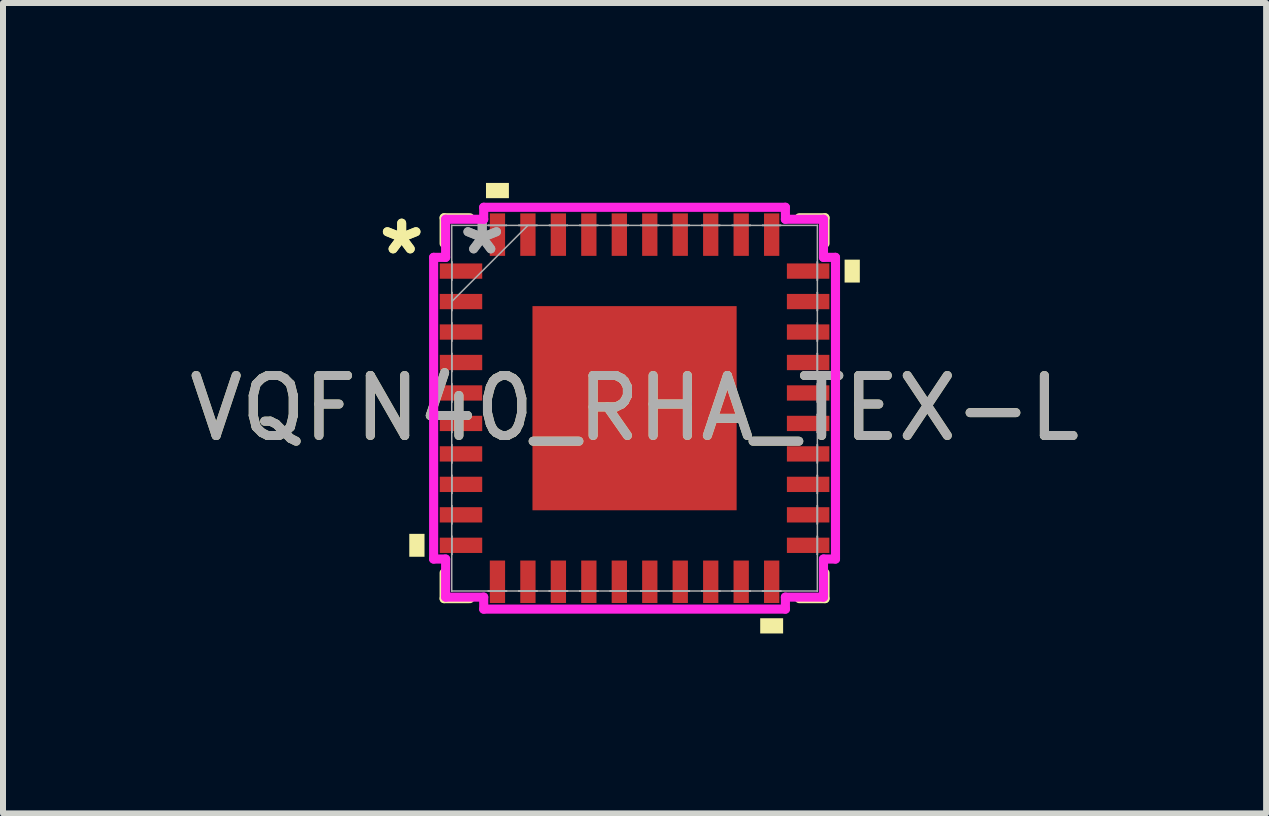
<source format=kicad_pcb>
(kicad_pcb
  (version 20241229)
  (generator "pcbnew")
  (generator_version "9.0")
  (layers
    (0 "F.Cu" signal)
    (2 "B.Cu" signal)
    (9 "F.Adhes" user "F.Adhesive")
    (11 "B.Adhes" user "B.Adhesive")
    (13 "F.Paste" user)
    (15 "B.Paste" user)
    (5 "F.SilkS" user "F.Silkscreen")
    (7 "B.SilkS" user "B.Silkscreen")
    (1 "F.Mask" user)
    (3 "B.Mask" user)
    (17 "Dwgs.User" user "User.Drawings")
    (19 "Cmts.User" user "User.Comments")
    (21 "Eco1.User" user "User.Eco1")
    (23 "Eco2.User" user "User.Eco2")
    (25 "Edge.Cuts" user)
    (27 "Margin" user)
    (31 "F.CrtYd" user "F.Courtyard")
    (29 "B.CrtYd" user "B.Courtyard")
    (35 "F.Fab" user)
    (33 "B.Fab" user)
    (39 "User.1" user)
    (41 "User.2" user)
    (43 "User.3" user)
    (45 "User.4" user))
  (footprint "VQFN40_RHA_TEX-L"
    (layer "F.Cu")
    (at 7.53 3.756)
    (property "Reference" "VQFN40_RHA_TEX-L" (at 0 0 0) (unlocked yes) (layer "F.SilkS") (effects (font (size 1 1) (thickness 0.15))))
    (attr smd)
    (fp_line (start -3.175 -3.175) (end -3.175 -2.746) (stroke (width 0.152) (type solid)) (layer "F.SilkS"))
    (fp_line (start -3.175 2.746) (end -3.175 3.175) (stroke (width 0.152) (type solid)) (layer "F.SilkS"))
    (fp_line (start -3.175 3.175) (end -2.746 3.175) (stroke (width 0.152) (type solid)) (layer "F.SilkS"))
    (fp_line (start -2.746 -3.175) (end -3.175 -3.175) (stroke (width 0.152) (type solid)) (layer "F.SilkS"))
    (fp_line (start 2.746 3.175) (end 3.175 3.175) (stroke (width 0.152) (type solid)) (layer "F.SilkS"))
    (fp_line (start 3.175 -3.175) (end 2.746 -3.175) (stroke (width 0.152) (type solid)) (layer "F.SilkS"))
    (fp_line (start 3.175 -2.746) (end 3.175 -3.175) (stroke (width 0.152) (type solid)) (layer "F.SilkS"))
    (fp_line (start 3.175 3.175) (end 3.175 2.746) (stroke (width 0.152) (type solid)) (layer "F.SilkS"))
    (fp_poly (pts (xy -3.756 2.095) (xy -3.756 2.477) (xy -3.502 2.477) (xy -3.502 2.095)) (stroke (width 0) (type solid)) (fill yes) (layer "F.SilkS"))
    (fp_poly (pts (xy -2.477 -3.502) (xy -2.477 -3.756) (xy -2.095 -3.756) (xy -2.095 -3.502)) (stroke (width 0) (type solid)) (fill yes) (layer "F.SilkS"))
    (fp_poly (pts (xy 2.095 3.502) (xy 2.095 3.756) (xy 2.477 3.756) (xy 2.477 3.502)) (stroke (width 0) (type solid)) (fill yes) (layer "F.SilkS"))
    (fp_poly (pts (xy 3.756 -2.477) (xy 3.756 -2.095) (xy 3.502 -2.095) (xy 3.502 -2.477)) (stroke (width 0) (type solid)) (fill yes) (layer "F.SilkS"))
    (fp_poly (pts (xy -1.602 -1.602) (xy -1.602 -0.1) (xy -0.1 -0.1) (xy -0.1 -1.602)) (stroke (width 0) (type solid)) (fill yes) (layer "F.Paste"))
    (fp_poly (pts (xy -1.602 0.1) (xy -1.602 1.602) (xy -0.1 1.602) (xy -0.1 0.1)) (stroke (width 0) (type solid)) (fill yes) (layer "F.Paste"))
    (fp_poly (pts (xy 0.1 -1.602) (xy 0.1 -0.1) (xy 1.602 -0.1) (xy 1.602 -1.602)) (stroke (width 0) (type solid)) (fill yes) (layer "F.Paste"))
    (fp_poly (pts (xy 0.1 0.1) (xy 0.1 1.602) (xy 1.602 1.602) (xy 1.602 0.1)) (stroke (width 0) (type solid)) (fill yes) (layer "F.Paste"))
    (fp_line (start -3.35 -2.515) (end -3.15 -2.515) (stroke (width 0.152) (type solid)) (layer "F.CrtYd"))
    (fp_line (start -3.35 2.515) (end -3.35 -2.515) (stroke (width 0.152) (type solid)) (layer "F.CrtYd"))
    (fp_line (start -3.15 -3.15) (end -2.515 -3.15) (stroke (width 0.152) (type solid)) (layer "F.CrtYd"))
    (fp_line (start -3.15 -2.515) (end -3.15 -3.15) (stroke (width 0.152) (type solid)) (layer "F.CrtYd"))
    (fp_line (start -3.15 2.515) (end -3.35 2.515) (stroke (width 0.152) (type solid)) (layer "F.CrtYd"))
    (fp_line (start -3.15 3.15) (end -3.15 2.515) (stroke (width 0.152) (type solid)) (layer "F.CrtYd"))
    (fp_line (start -2.515 -3.35) (end 2.515 -3.35) (stroke (width 0.152) (type solid)) (layer "F.CrtYd"))
    (fp_line (start -2.515 -3.15) (end -2.515 -3.35) (stroke (width 0.152) (type solid)) (layer "F.CrtYd"))
    (fp_line (start -2.515 3.15) (end -3.15 3.15) (stroke (width 0.152) (type solid)) (layer "F.CrtYd"))
    (fp_line (start -2.515 3.35) (end -2.515 3.15) (stroke (width 0.152) (type solid)) (layer "F.CrtYd"))
    (fp_line (start 2.515 -3.35) (end 2.515 -3.15) (stroke (width 0.152) (type solid)) (layer "F.CrtYd"))
    (fp_line (start 2.515 -3.15) (end 3.15 -3.15) (stroke (width 0.152) (type solid)) (layer "F.CrtYd"))
    (fp_line (start 2.515 3.15) (end 2.515 3.35) (stroke (width 0.152) (type solid)) (layer "F.CrtYd"))
    (fp_line (start 2.515 3.35) (end -2.515 3.35) (stroke (width 0.152) (type solid)) (layer "F.CrtYd"))
    (fp_line (start 3.15 -3.15) (end 3.15 -2.515) (stroke (width 0.152) (type solid)) (layer "F.CrtYd"))
    (fp_line (start 3.15 -2.515) (end 3.35 -2.515) (stroke (width 0.152) (type solid)) (layer "F.CrtYd"))
    (fp_line (start 3.15 2.515) (end 3.15 3.15) (stroke (width 0.152) (type solid)) (layer "F.CrtYd"))
    (fp_line (start 3.15 3.15) (end 2.515 3.15) (stroke (width 0.152) (type solid)) (layer "F.CrtYd"))
    (fp_line (start 3.35 -2.515) (end 3.35 2.515) (stroke (width 0.152) (type solid)) (layer "F.CrtYd"))
    (fp_line (start 3.35 2.515) (end 3.15 2.515) (stroke (width 0.152) (type solid)) (layer "F.CrtYd"))
    (fp_line (start -3.048 -3.048) (end -3.048 -3.048) (stroke (width 0.025) (type solid)) (layer "F.Fab"))
    (fp_line (start -3.048 -3.048) (end -3.048 3.048) (stroke (width 0.025) (type solid)) (layer "F.Fab"))
    (fp_line (start -3.048 -2.438) (end -3.048 -2.438) (stroke (width 0.025) (type solid)) (layer "F.Fab"))
    (fp_line (start -3.048 -2.438) (end -3.048 -2.134) (stroke (width 0.025) (type solid)) (layer "F.Fab"))
    (fp_line (start -3.048 -2.134) (end -3.048 -2.438) (stroke (width 0.025) (type solid)) (layer "F.Fab"))
    (fp_line (start -3.048 -2.134) (end -3.048 -2.134) (stroke (width 0.025) (type solid)) (layer "F.Fab"))
    (fp_line (start -3.048 -1.93) (end -3.048 -1.93) (stroke (width 0.025) (type solid)) (layer "F.Fab"))
    (fp_line (start -3.048 -1.93) (end -3.048 -1.626) (stroke (width 0.025) (type solid)) (layer "F.Fab"))
    (fp_line (start -3.048 -1.778) (end -1.778 -3.048) (stroke (width 0.025) (type solid)) (layer "F.Fab"))
    (fp_line (start -3.048 -1.626) (end -3.048 -1.93) (stroke (width 0.025) (type solid)) (layer "F.Fab"))
    (fp_line (start -3.048 -1.626) (end -3.048 -1.626) (stroke (width 0.025) (type solid)) (layer "F.Fab"))
    (fp_line (start -3.048 -1.422) (end -3.048 -1.422) (stroke (width 0.025) (type solid)) (layer "F.Fab"))
    (fp_line (start -3.048 -1.422) (end -3.048 -1.118) (stroke (width 0.025) (type solid)) (layer "F.Fab"))
    (fp_line (start -3.048 -1.118) (end -3.048 -1.422) (stroke (width 0.025) (type solid)) (layer "F.Fab"))
    (fp_line (start -3.048 -1.118) (end -3.048 -1.118) (stroke (width 0.025) (type solid)) (layer "F.Fab"))
    (fp_line (start -3.048 -0.914) (end -3.048 -0.914) (stroke (width 0.025) (type solid)) (layer "F.Fab"))
    (fp_line (start -3.048 -0.914) (end -3.048 -0.61) (stroke (width 0.025) (type solid)) (layer "F.Fab"))
    (fp_line (start -3.048 -0.61) (end -3.048 -0.914) (stroke (width 0.025) (type solid)) (layer "F.Fab"))
    (fp_line (start -3.048 -0.61) (end -3.048 -0.61) (stroke (width 0.025) (type solid)) (layer "F.Fab"))
    (fp_line (start -3.048 -0.406) (end -3.048 -0.406) (stroke (width 0.025) (type solid)) (layer "F.Fab"))
    (fp_line (start -3.048 -0.406) (end -3.048 -0.102) (stroke (width 0.025) (type solid)) (layer "F.Fab"))
    (fp_line (start -3.048 -0.102) (end -3.048 -0.406) (stroke (width 0.025) (type solid)) (layer "F.Fab"))
    (fp_line (start -3.048 -0.102) (end -3.048 -0.102) (stroke (width 0.025) (type solid)) (layer "F.Fab"))
    (fp_line (start -3.048 0.102) (end -3.048 0.102) (stroke (width 0.025) (type solid)) (layer "F.Fab"))
    (fp_line (start -3.048 0.102) (end -3.048 0.406) (stroke (width 0.025) (type solid)) (layer "F.Fab"))
    (fp_line (start -3.048 0.406) (end -3.048 0.102) (stroke (width 0.025) (type solid)) (layer "F.Fab"))
    (fp_line (start -3.048 0.406) (end -3.048 0.406) (stroke (width 0.025) (type solid)) (layer "F.Fab"))
    (fp_line (start -3.048 0.61) (end -3.048 0.61) (stroke (width 0.025) (type solid)) (layer "F.Fab"))
    (fp_line (start -3.048 0.61) (end -3.048 0.914) (stroke (width 0.025) (type solid)) (layer "F.Fab"))
    (fp_line (start -3.048 0.914) (end -3.048 0.61) (stroke (width 0.025) (type solid)) (layer "F.Fab"))
    (fp_line (start -3.048 0.914) (end -3.048 0.914) (stroke (width 0.025) (type solid)) (layer "F.Fab"))
    (fp_line (start -3.048 1.118) (end -3.048 1.118) (stroke (width 0.025) (type solid)) (layer "F.Fab"))
    (fp_line (start -3.048 1.118) (end -3.048 1.422) (stroke (width 0.025) (type solid)) (layer "F.Fab"))
    (fp_line (start -3.048 1.422) (end -3.048 1.118) (stroke (width 0.025) (type solid)) (layer "F.Fab"))
    (fp_line (start -3.048 1.422) (end -3.048 1.422) (stroke (width 0.025) (type solid)) (layer "F.Fab"))
    (fp_line (start -3.048 1.626) (end -3.048 1.626) (stroke (width 0.025) (type solid)) (layer "F.Fab"))
    (fp_line (start -3.048 1.626) (end -3.048 1.93) (stroke (width 0.025) (type solid)) (layer "F.Fab"))
    (fp_line (start -3.048 1.93) (end -3.048 1.626) (stroke (width 0.025) (type solid)) (layer "F.Fab"))
    (fp_line (start -3.048 1.93) (end -3.048 1.93) (stroke (width 0.025) (type solid)) (layer "F.Fab"))
    (fp_line (start -3.048 2.134) (end -3.048 2.134) (stroke (width 0.025) (type solid)) (layer "F.Fab"))
    (fp_line (start -3.048 2.134) (end -3.048 2.438) (stroke (width 0.025) (type solid)) (layer "F.Fab"))
    (fp_line (start -3.048 2.438) (end -3.048 2.134) (stroke (width 0.025) (type solid)) (layer "F.Fab"))
    (fp_line (start -3.048 2.438) (end -3.048 2.438) (stroke (width 0.025) (type solid)) (layer "F.Fab"))
    (fp_line (start -3.048 3.048) (end -3.048 3.048) (stroke (width 0.025) (type solid)) (layer "F.Fab"))
    (fp_line (start -3.048 3.048) (end 3.048 3.048) (stroke (width 0.025) (type solid)) (layer "F.Fab"))
    (fp_line (start -2.438 -3.048) (end -2.438 -3.048) (stroke (width 0.025) (type solid)) (layer "F.Fab"))
    (fp_line (start -2.438 -3.048) (end -2.134 -3.048) (stroke (width 0.025) (type solid)) (layer "F.Fab"))
    (fp_line (start -2.438 3.048) (end -2.438 3.048) (stroke (width 0.025) (type solid)) (layer "F.Fab"))
    (fp_line (start -2.438 3.048) (end -2.134 3.048) (stroke (width 0.025) (type solid)) (layer "F.Fab"))
    (fp_line (start -2.134 -3.048) (end -2.438 -3.048) (stroke (width 0.025) (type solid)) (layer "F.Fab"))
    (fp_line (start -2.134 -3.048) (end -2.134 -3.048) (stroke (width 0.025) (type solid)) (layer "F.Fab"))
    (fp_line (start -2.134 3.048) (end -2.438 3.048) (stroke (width 0.025) (type solid)) (layer "F.Fab"))
    (fp_line (start -2.134 3.048) (end -2.134 3.048) (stroke (width 0.025) (type solid)) (layer "F.Fab"))
    (fp_line (start -1.93 -3.048) (end -1.93 -3.048) (stroke (width 0.025) (type solid)) (layer "F.Fab"))
    (fp_line (start -1.93 -3.048) (end -1.626 -3.048) (stroke (width 0.025) (type solid)) (layer "F.Fab"))
    (fp_line (start -1.93 3.048) (end -1.93 3.048) (stroke (width 0.025) (type solid)) (layer "F.Fab"))
    (fp_line (start -1.93 3.048) (end -1.626 3.048) (stroke (width 0.025) (type solid)) (layer "F.Fab"))
    (fp_line (start -1.626 -3.048) (end -1.93 -3.048) (stroke (width 0.025) (type solid)) (layer "F.Fab"))
    (fp_line (start -1.626 -3.048) (end -1.626 -3.048) (stroke (width 0.025) (type solid)) (layer "F.Fab"))
    (fp_line (start -1.626 3.048) (end -1.93 3.048) (stroke (width 0.025) (type solid)) (layer "F.Fab"))
    (fp_line (start -1.626 3.048) (end -1.626 3.048) (stroke (width 0.025) (type solid)) (layer "F.Fab"))
    (fp_line (start -1.422 -3.048) (end -1.422 -3.048) (stroke (width 0.025) (type solid)) (layer "F.Fab"))
    (fp_line (start -1.422 -3.048) (end -1.118 -3.048) (stroke (width 0.025) (type solid)) (layer "F.Fab"))
    (fp_line (start -1.422 3.048) (end -1.422 3.048) (stroke (width 0.025) (type solid)) (layer "F.Fab"))
    (fp_line (start -1.422 3.048) (end -1.118 3.048) (stroke (width 0.025) (type solid)) (layer "F.Fab"))
    (fp_line (start -1.118 -3.048) (end -1.422 -3.048) (stroke (width 0.025) (type solid)) (layer "F.Fab"))
    (fp_line (start -1.118 -3.048) (end -1.118 -3.048) (stroke (width 0.025) (type solid)) (layer "F.Fab"))
    (fp_line (start -1.118 3.048) (end -1.422 3.048) (stroke (width 0.025) (type solid)) (layer "F.Fab"))
    (fp_line (start -1.118 3.048) (end -1.118 3.048) (stroke (width 0.025) (type solid)) (layer "F.Fab"))
    (fp_line (start -0.914 -3.048) (end -0.914 -3.048) (stroke (width 0.025) (type solid)) (layer "F.Fab"))
    (fp_line (start -0.914 -3.048) (end -0.61 -3.048) (stroke (width 0.025) (type solid)) (layer "F.Fab"))
    (fp_line (start -0.914 3.048) (end -0.914 3.048) (stroke (width 0.025) (type solid)) (layer "F.Fab"))
    (fp_line (start -0.914 3.048) (end -0.61 3.048) (stroke (width 0.025) (type solid)) (layer "F.Fab"))
    (fp_line (start -0.61 -3.048) (end -0.914 -3.048) (stroke (width 0.025) (type solid)) (layer "F.Fab"))
    (fp_line (start -0.61 -3.048) (end -0.61 -3.048) (stroke (width 0.025) (type solid)) (layer "F.Fab"))
    (fp_line (start -0.61 3.048) (end -0.914 3.048) (stroke (width 0.025) (type solid)) (layer "F.Fab"))
    (fp_line (start -0.61 3.048) (end -0.61 3.048) (stroke (width 0.025) (type solid)) (layer "F.Fab"))
    (fp_line (start -0.406 -3.048) (end -0.406 -3.048) (stroke (width 0.025) (type solid)) (layer "F.Fab"))
    (fp_line (start -0.406 -3.048) (end -0.102 -3.048) (stroke (width 0.025) (type solid)) (layer "F.Fab"))
    (fp_line (start -0.406 3.048) (end -0.406 3.048) (stroke (width 0.025) (type solid)) (layer "F.Fab"))
    (fp_line (start -0.406 3.048) (end -0.102 3.048) (stroke (width 0.025) (type solid)) (layer "F.Fab"))
    (fp_line (start -0.102 -3.048) (end -0.406 -3.048) (stroke (width 0.025) (type solid)) (layer "F.Fab"))
    (fp_line (start -0.102 -3.048) (end -0.102 -3.048) (stroke (width 0.025) (type solid)) (layer "F.Fab"))
    (fp_line (start -0.102 3.048) (end -0.406 3.048) (stroke (width 0.025) (type solid)) (layer "F.Fab"))
    (fp_line (start -0.102 3.048) (end -0.102 3.048) (stroke (width 0.025) (type solid)) (layer "F.Fab"))
    (fp_line (start 0.102 -3.048) (end 0.102 -3.048) (stroke (width 0.025) (type solid)) (layer "F.Fab"))
    (fp_line (start 0.102 -3.048) (end 0.406 -3.048) (stroke (width 0.025) (type solid)) (layer "F.Fab"))
    (fp_line (start 0.102 3.048) (end 0.102 3.048) (stroke (width 0.025) (type solid)) (layer "F.Fab"))
    (fp_line (start 0.102 3.048) (end 0.406 3.048) (stroke (width 0.025) (type solid)) (layer "F.Fab"))
    (fp_line (start 0.406 -3.048) (end 0.102 -3.048) (stroke (width 0.025) (type solid)) (layer "F.Fab"))
    (fp_line (start 0.406 -3.048) (end 0.406 -3.048) (stroke (width 0.025) (type solid)) (layer "F.Fab"))
    (fp_line (start 0.406 3.048) (end 0.102 3.048) (stroke (width 0.025) (type solid)) (layer "F.Fab"))
    (fp_line (start 0.406 3.048) (end 0.406 3.048) (stroke (width 0.025) (type solid)) (layer "F.Fab"))
    (fp_line (start 0.61 -3.048) (end 0.61 -3.048) (stroke (width 0.025) (type solid)) (layer "F.Fab"))
    (fp_line (start 0.61 -3.048) (end 0.914 -3.048) (stroke (width 0.025) (type solid)) (layer "F.Fab"))
    (fp_line (start 0.61 3.048) (end 0.61 3.048) (stroke (width 0.025) (type solid)) (layer "F.Fab"))
    (fp_line (start 0.61 3.048) (end 0.914 3.048) (stroke (width 0.025) (type solid)) (layer "F.Fab"))
    (fp_line (start 0.914 -3.048) (end 0.61 -3.048) (stroke (width 0.025) (type solid)) (layer "F.Fab"))
    (fp_line (start 0.914 -3.048) (end 0.914 -3.048) (stroke (width 0.025) (type solid)) (layer "F.Fab"))
    (fp_line (start 0.914 3.048) (end 0.61 3.048) (stroke (width 0.025) (type solid)) (layer "F.Fab"))
    (fp_line (start 0.914 3.048) (end 0.914 3.048) (stroke (width 0.025) (type solid)) (layer "F.Fab"))
    (fp_line (start 1.118 -3.048) (end 1.118 -3.048) (stroke (width 0.025) (type solid)) (layer "F.Fab"))
    (fp_line (start 1.118 -3.048) (end 1.422 -3.048) (stroke (width 0.025) (type solid)) (layer "F.Fab"))
    (fp_line (start 1.118 3.048) (end 1.118 3.048) (stroke (width 0.025) (type solid)) (layer "F.Fab"))
    (fp_line (start 1.118 3.048) (end 1.422 3.048) (stroke (width 0.025) (type solid)) (layer "F.Fab"))
    (fp_line (start 1.422 -3.048) (end 1.118 -3.048) (stroke (width 0.025) (type solid)) (layer "F.Fab"))
    (fp_line (start 1.422 -3.048) (end 1.422 -3.048) (stroke (width 0.025) (type solid)) (layer "F.Fab"))
    (fp_line (start 1.422 3.048) (end 1.118 3.048) (stroke (width 0.025) (type solid)) (layer "F.Fab"))
    (fp_line (start 1.422 3.048) (end 1.422 3.048) (stroke (width 0.025) (type solid)) (layer "F.Fab"))
    (fp_line (start 1.626 -3.048) (end 1.626 -3.048) (stroke (width 0.025) (type solid)) (layer "F.Fab"))
    (fp_line (start 1.626 -3.048) (end 1.93 -3.048) (stroke (width 0.025) (type solid)) (layer "F.Fab"))
    (fp_line (start 1.626 3.048) (end 1.626 3.048) (stroke (width 0.025) (type solid)) (layer "F.Fab"))
    (fp_line (start 1.626 3.048) (end 1.93 3.048) (stroke (width 0.025) (type solid)) (layer "F.Fab"))
    (fp_line (start 1.93 -3.048) (end 1.626 -3.048) (stroke (width 0.025) (type solid)) (layer "F.Fab"))
    (fp_line (start 1.93 -3.048) (end 1.93 -3.048) (stroke (width 0.025) (type solid)) (layer "F.Fab"))
    (fp_line (start 1.93 3.048) (end 1.626 3.048) (stroke (width 0.025) (type solid)) (layer "F.Fab"))
    (fp_line (start 1.93 3.048) (end 1.93 3.048) (stroke (width 0.025) (type solid)) (layer "F.Fab"))
    (fp_line (start 2.134 -3.048) (end 2.134 -3.048) (stroke (width 0.025) (type solid)) (layer "F.Fab"))
    (fp_line (start 2.134 -3.048) (end 2.438 -3.048) (stroke (width 0.025) (type solid)) (layer "F.Fab"))
    (fp_line (start 2.134 3.048) (end 2.134 3.048) (stroke (width 0.025) (type solid)) (layer "F.Fab"))
    (fp_line (start 2.134 3.048) (end 2.438 3.048) (stroke (width 0.025) (type solid)) (layer "F.Fab"))
    (fp_line (start 2.438 -3.048) (end 2.134 -3.048) (stroke (width 0.025) (type solid)) (layer "F.Fab"))
    (fp_line (start 2.438 -3.048) (end 2.438 -3.048) (stroke (width 0.025) (type solid)) (layer "F.Fab"))
    (fp_line (start 2.438 3.048) (end 2.134 3.048) (stroke (width 0.025) (type solid)) (layer "F.Fab"))
    (fp_line (start 2.438 3.048) (end 2.438 3.048) (stroke (width 0.025) (type solid)) (layer "F.Fab"))
    (fp_line (start 3.048 -3.048) (end -3.048 -3.048) (stroke (width 0.025) (type solid)) (layer "F.Fab"))
    (fp_line (start 3.048 -3.048) (end 3.048 -3.048) (stroke (width 0.025) (type solid)) (layer "F.Fab"))
    (fp_line (start 3.048 -2.438) (end 3.048 -2.438) (stroke (width 0.025) (type solid)) (layer "F.Fab"))
    (fp_line (start 3.048 -2.438) (end 3.048 -2.134) (stroke (width 0.025) (type solid)) (layer "F.Fab"))
    (fp_line (start 3.048 -2.134) (end 3.048 -2.438) (stroke (width 0.025) (type solid)) (layer "F.Fab"))
    (fp_line (start 3.048 -2.134) (end 3.048 -2.134) (stroke (width 0.025) (type solid)) (layer "F.Fab"))
    (fp_line (start 3.048 -1.93) (end 3.048 -1.93) (stroke (width 0.025) (type solid)) (layer "F.Fab"))
    (fp_line (start 3.048 -1.93) (end 3.048 -1.626) (stroke (width 0.025) (type solid)) (layer "F.Fab"))
    (fp_line (start 3.048 -1.626) (end 3.048 -1.93) (stroke (width 0.025) (type solid)) (layer "F.Fab"))
    (fp_line (start 3.048 -1.626) (end 3.048 -1.626) (stroke (width 0.025) (type solid)) (layer "F.Fab"))
    (fp_line (start 3.048 -1.422) (end 3.048 -1.422) (stroke (width 0.025) (type solid)) (layer "F.Fab"))
    (fp_line (start 3.048 -1.422) (end 3.048 -1.118) (stroke (width 0.025) (type solid)) (layer "F.Fab"))
    (fp_line (start 3.048 -1.118) (end 3.048 -1.422) (stroke (width 0.025) (type solid)) (layer "F.Fab"))
    (fp_line (start 3.048 -1.118) (end 3.048 -1.118) (stroke (width 0.025) (type solid)) (layer "F.Fab"))
    (fp_line (start 3.048 -0.914) (end 3.048 -0.914) (stroke (width 0.025) (type solid)) (layer "F.Fab"))
    (fp_line (start 3.048 -0.914) (end 3.048 -0.61) (stroke (width 0.025) (type solid)) (layer "F.Fab"))
    (fp_line (start 3.048 -0.61) (end 3.048 -0.914) (stroke (width 0.025) (type solid)) (layer "F.Fab"))
    (fp_line (start 3.048 -0.61) (end 3.048 -0.61) (stroke (width 0.025) (type solid)) (layer "F.Fab"))
    (fp_line (start 3.048 -0.406) (end 3.048 -0.406) (stroke (width 0.025) (type solid)) (layer "F.Fab"))
    (fp_line (start 3.048 -0.406) (end 3.048 -0.102) (stroke (width 0.025) (type solid)) (layer "F.Fab"))
    (fp_line (start 3.048 -0.102) (end 3.048 -0.406) (stroke (width 0.025) (type solid)) (layer "F.Fab"))
    (fp_line (start 3.048 -0.102) (end 3.048 -0.102) (stroke (width 0.025) (type solid)) (layer "F.Fab"))
    (fp_line (start 3.048 0.102) (end 3.048 0.102) (stroke (width 0.025) (type solid)) (layer "F.Fab"))
    (fp_line (start 3.048 0.102) (end 3.048 0.406) (stroke (width 0.025) (type solid)) (layer "F.Fab"))
    (fp_line (start 3.048 0.406) (end 3.048 0.102) (stroke (width 0.025) (type solid)) (layer "F.Fab"))
    (fp_line (start 3.048 0.406) (end 3.048 0.406) (stroke (width 0.025) (type solid)) (layer "F.Fab"))
    (fp_line (start 3.048 0.61) (end 3.048 0.61) (stroke (width 0.025) (type solid)) (layer "F.Fab"))
    (fp_line (start 3.048 0.61) (end 3.048 0.914) (stroke (width 0.025) (type solid)) (layer "F.Fab"))
    (fp_line (start 3.048 0.914) (end 3.048 0.61) (stroke (width 0.025) (type solid)) (layer "F.Fab"))
    (fp_line (start 3.048 0.914) (end 3.048 0.914) (stroke (width 0.025) (type solid)) (layer "F.Fab"))
    (fp_line (start 3.048 1.118) (end 3.048 1.118) (stroke (width 0.025) (type solid)) (layer "F.Fab"))
    (fp_line (start 3.048 1.118) (end 3.048 1.422) (stroke (width 0.025) (type solid)) (layer "F.Fab"))
    (fp_line (start 3.048 1.422) (end 3.048 1.118) (stroke (width 0.025) (type solid)) (layer "F.Fab"))
    (fp_line (start 3.048 1.422) (end 3.048 1.422) (stroke (width 0.025) (type solid)) (layer "F.Fab"))
    (fp_line (start 3.048 1.626) (end 3.048 1.626) (stroke (width 0.025) (type solid)) (layer "F.Fab"))
    (fp_line (start 3.048 1.626) (end 3.048 1.93) (stroke (width 0.025) (type solid)) (layer "F.Fab"))
    (fp_line (start 3.048 1.93) (end 3.048 1.626) (stroke (width 0.025) (type solid)) (layer "F.Fab"))
    (fp_line (start 3.048 1.93) (end 3.048 1.93) (stroke (width 0.025) (type solid)) (layer "F.Fab"))
    (fp_line (start 3.048 2.134) (end 3.048 2.134) (stroke (width 0.025) (type solid)) (layer "F.Fab"))
    (fp_line (start 3.048 2.134) (end 3.048 2.438) (stroke (width 0.025) (type solid)) (layer "F.Fab"))
    (fp_line (start 3.048 2.438) (end 3.048 2.134) (stroke (width 0.025) (type solid)) (layer "F.Fab"))
    (fp_line (start 3.048 2.438) (end 3.048 2.438) (stroke (width 0.025) (type solid)) (layer "F.Fab"))
    (fp_line (start 3.048 3.048) (end 3.048 -3.048) (stroke (width 0.025) (type solid)) (layer "F.Fab"))
    (fp_line (start 3.048 3.048) (end 3.048 3.048) (stroke (width 0.025) (type solid)) (layer "F.Fab"))
    (fp_text user "*" (at -3.883 -2.54 0) (unlocked yes) (layer "F.SilkS") (effects (font (size 1 1) (thickness 0.15))))
    (fp_text user "*" (at -3.883 -2.54 0) (layer "F.SilkS") (effects (font (size 1 1) (thickness 0.15))))
    (fp_text user "${REFERENCE}" (at 0 0 0) (unlocked yes) (layer "F.Fab") (effects (font (size 1 1) (thickness 0.15))))
    (fp_text user "*" (at -2.54 -2.54 0) (unlocked yes) (layer "F.Fab") (effects (font (size 1 1) (thickness 0.15))))
    (fp_text user "*" (at -2.54 -2.54 0) (layer "F.Fab") (effects (font (size 1 1) (thickness 0.15))))
    (pad "1" smd rect (at -2.894 -2.286 90) (size 0.255 0.708) (layers "F.Cu" "F.Mask" "F.Paste"))
    (pad "2" smd rect (at -2.894 -1.778 90) (size 0.255 0.708) (layers "F.Cu" "F.Mask" "F.Paste"))
    (pad "3" smd rect (at -2.894 -1.27 90) (size 0.255 0.708) (layers "F.Cu" "F.Mask" "F.Paste"))
    (pad "4" smd rect (at -2.894 -0.762 90) (size 0.255 0.708) (layers "F.Cu" "F.Mask" "F.Paste"))
    (pad "5" smd rect (at -2.894 -0.254 90) (size 0.255 0.708) (layers "F.Cu" "F.Mask" "F.Paste"))
    (pad "6" smd rect (at -2.894 0.254 90) (size 0.255 0.708) (layers "F.Cu" "F.Mask" "F.Paste"))
    (pad "7" smd rect (at -2.894 0.762 90) (size 0.255 0.708) (layers "F.Cu" "F.Mask" "F.Paste"))
    (pad "8" smd rect (at -2.894 1.27 90) (size 0.255 0.708) (layers "F.Cu" "F.Mask" "F.Paste"))
    (pad "9" smd rect (at -2.894 1.778 90) (size 0.255 0.708) (layers "F.Cu" "F.Mask" "F.Paste"))
    (pad "10" smd rect (at -2.894 2.286 90) (size 0.255 0.708) (layers "F.Cu" "F.Mask" "F.Paste"))
    (pad "11" smd rect (at -2.286 2.894) (size 0.255 0.708) (layers "F.Cu" "F.Mask" "F.Paste"))
    (pad "12" smd rect (at -1.778 2.894) (size 0.255 0.708) (layers "F.Cu" "F.Mask" "F.Paste"))
    (pad "13" smd rect (at -1.27 2.894) (size 0.255 0.708) (layers "F.Cu" "F.Mask" "F.Paste"))
    (pad "14" smd rect (at -0.762 2.894) (size 0.255 0.708) (layers "F.Cu" "F.Mask" "F.Paste"))
    (pad "15" smd rect (at -0.254 2.894) (size 0.255 0.708) (layers "F.Cu" "F.Mask" "F.Paste"))
    (pad "16" smd rect (at 0.254 2.894) (size 0.255 0.708) (layers "F.Cu" "F.Mask" "F.Paste"))
    (pad "17" smd rect (at 0.762 2.894) (size 0.255 0.708) (layers "F.Cu" "F.Mask" "F.Paste"))
    (pad "18" smd rect (at 1.27 2.894) (size 0.255 0.708) (layers "F.Cu" "F.Mask" "F.Paste"))
    (pad "19" smd rect (at 1.778 2.894) (size 0.255 0.708) (layers "F.Cu" "F.Mask" "F.Paste"))
    (pad "20" smd rect (at 2.286 2.894) (size 0.255 0.708) (layers "F.Cu" "F.Mask" "F.Paste"))
    (pad "21" smd rect (at 2.894 2.286 90) (size 0.255 0.708) (layers "F.Cu" "F.Mask" "F.Paste"))
    (pad "22" smd rect (at 2.894 1.778 90) (size 0.255 0.708) (layers "F.Cu" "F.Mask" "F.Paste"))
    (pad "23" smd rect (at 2.894 1.27 90) (size 0.255 0.708) (layers "F.Cu" "F.Mask" "F.Paste"))
    (pad "24" smd rect (at 2.894 0.762 90) (size 0.255 0.708) (layers "F.Cu" "F.Mask" "F.Paste"))
    (pad "25" smd rect (at 2.894 0.254 90) (size 0.255 0.708) (layers "F.Cu" "F.Mask" "F.Paste"))
    (pad "26" smd rect (at 2.894 -0.254 90) (size 0.255 0.708) (layers "F.Cu" "F.Mask" "F.Paste"))
    (pad "27" smd rect (at 2.894 -0.762 90) (size 0.255 0.708) (layers "F.Cu" "F.Mask" "F.Paste"))
    (pad "28" smd rect (at 2.894 -1.27 90) (size 0.255 0.708) (layers "F.Cu" "F.Mask" "F.Paste"))
    (pad "29" smd rect (at 2.894 -1.778 90) (size 0.255 0.708) (layers "F.Cu" "F.Mask" "F.Paste"))
    (pad "30" smd rect (at 2.894 -2.286 90) (size 0.255 0.708) (layers "F.Cu" "F.Mask" "F.Paste"))
    (pad "31" smd rect (at 2.286 -2.894) (size 0.255 0.708) (layers "F.Cu" "F.Mask" "F.Paste"))
    (pad "32" smd rect (at 1.778 -2.894) (size 0.255 0.708) (layers "F.Cu" "F.Mask" "F.Paste"))
    (pad "33" smd rect (at 1.27 -2.894) (size 0.255 0.708) (layers "F.Cu" "F.Mask" "F.Paste"))
    (pad "34" smd rect (at 0.762 -2.894) (size 0.255 0.708) (layers "F.Cu" "F.Mask" "F.Paste"))
    (pad "35" smd rect (at 0.254 -2.894) (size 0.255 0.708) (layers "F.Cu" "F.Mask" "F.Paste"))
    (pad "36" smd rect (at -0.254 -2.894) (size 0.255 0.708) (layers "F.Cu" "F.Mask" "F.Paste"))
    (pad "37" smd rect (at -0.762 -2.894) (size 0.255 0.708) (layers "F.Cu" "F.Mask" "F.Paste"))
    (pad "38" smd rect (at -1.27 -2.894) (size 0.255 0.708) (layers "F.Cu" "F.Mask" "F.Paste"))
    (pad "39" smd rect (at -1.778 -2.894) (size 0.255 0.708) (layers "F.Cu" "F.Mask" "F.Paste"))
    (pad "40" smd rect (at -2.286 -2.894) (size 0.255 0.708) (layers "F.Cu" "F.Mask" "F.Paste"))
    (pad "41" smd rect (at 0 0) (size 3.404 3.404) (layers "F.Cu" "F.Mask" "F.Paste")))
  (gr_rect
    (start -3 -3)
    (end 18.06 10.512)
    (stroke (width 0.1) (type default))
    (fill no)
    (layer "Edge.Cuts")))
</source>
